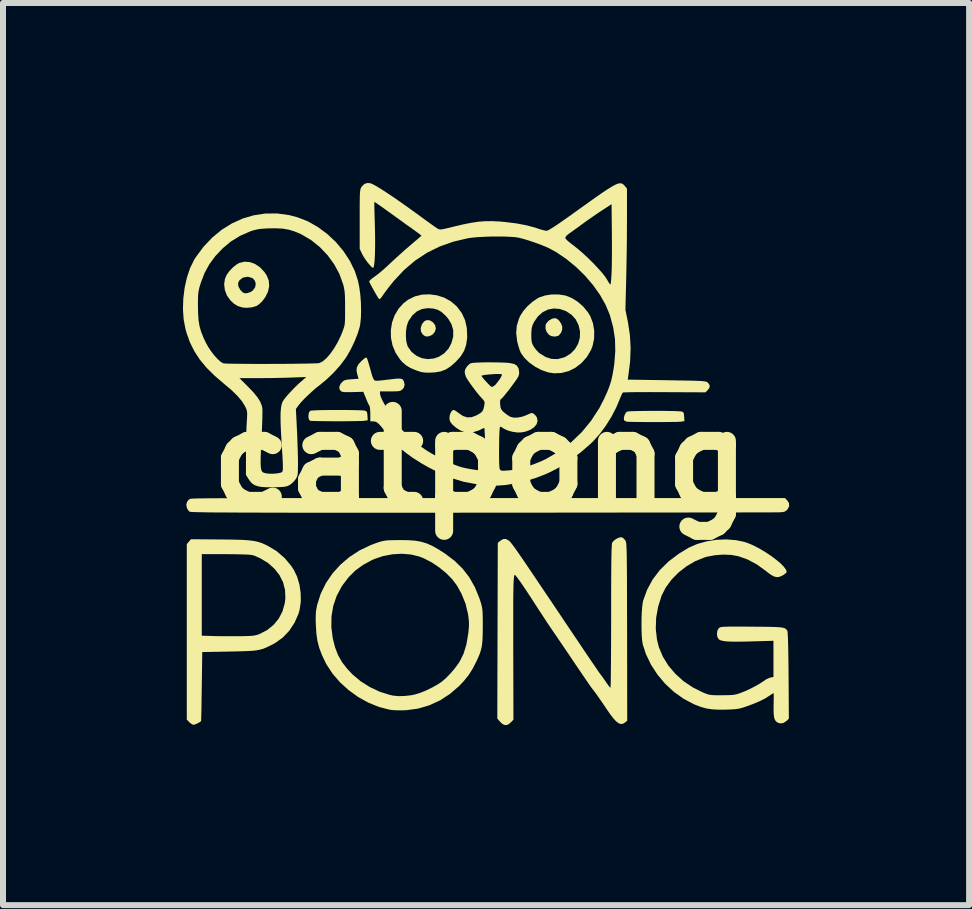
<source format=kicad_pcb>
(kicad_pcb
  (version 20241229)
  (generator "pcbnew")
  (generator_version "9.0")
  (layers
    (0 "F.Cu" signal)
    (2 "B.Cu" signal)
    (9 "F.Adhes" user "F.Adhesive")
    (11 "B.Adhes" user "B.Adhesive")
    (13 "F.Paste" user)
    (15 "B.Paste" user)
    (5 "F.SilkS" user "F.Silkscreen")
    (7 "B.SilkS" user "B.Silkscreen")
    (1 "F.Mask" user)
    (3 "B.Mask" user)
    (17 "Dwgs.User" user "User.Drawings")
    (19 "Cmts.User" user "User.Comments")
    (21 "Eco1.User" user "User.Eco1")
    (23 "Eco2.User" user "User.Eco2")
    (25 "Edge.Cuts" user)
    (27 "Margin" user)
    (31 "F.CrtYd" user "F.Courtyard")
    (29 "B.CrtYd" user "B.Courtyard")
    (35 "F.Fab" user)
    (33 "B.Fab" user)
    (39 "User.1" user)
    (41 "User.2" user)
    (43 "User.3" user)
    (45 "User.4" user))
  (footprint "catpong"
    (layer "F.Cu")
    (at 4.962 4.622)
    (property "Reference" "catpong" (at 0 0 0) (layer "F.SilkS") (effects (font (size 1.5 1.5) (thickness 0.3))))
    (attr board_only exclude_from_pos_files exclude_from_bom)
    (fp_poly (pts (xy -0.843 -2.33) (xy -0.792 -2.297) (xy -0.756 -2.248) (xy -0.746 -2.194) (xy -0.761 -2.141) (xy -0.799 -2.096) (xy -0.823 -2.081) (xy -0.879 -2.061) (xy -0.925 -2.067) (xy -0.964 -2.095) (xy -0.994 -2.144) (xy -0.998 -2.204) (xy -0.978 -2.265) (xy -0.94 -2.315) (xy -0.894 -2.336)) (stroke (width 0) (type solid)) (fill yes) (layer "F.SilkS"))
    (fp_poly (pts (xy 1.277 -2.355) (xy 1.313 -2.322) (xy 1.344 -2.275) (xy 1.362 -2.225) (xy 1.36 -2.174) (xy 1.34 -2.122) (xy 1.307 -2.082) (xy 1.295 -2.074) (xy 1.24 -2.06) (xy 1.181 -2.068) (xy 1.142 -2.089) (xy 1.102 -2.137) (xy 1.082 -2.195) (xy 1.085 -2.254) (xy 1.094 -2.277) (xy 1.134 -2.325) (xy 1.189 -2.358) (xy 1.241 -2.368)) (stroke (width 0) (type solid)) (fill yes) (layer "F.SilkS"))
    (fp_poly (pts (xy -2.227 -0.836) (xy -2.134 -0.835) (xy -2.052 -0.833) (xy -1.987 -0.831) (xy -1.943 -0.828) (xy -1.927 -0.825) (xy -1.904 -0.815) (xy -1.892 -0.796) (xy -1.887 -0.759) (xy -1.886 -0.74) (xy -1.881 -0.666) (xy -1.937 -0.657) (xy -1.966 -0.654) (xy -2.018 -0.653) (xy -2.09 -0.651) (xy -2.176 -0.65) (xy -2.272 -0.649) (xy -2.374 -0.649) (xy -2.476 -0.649) (xy -2.574 -0.65) (xy -2.664 -0.651) (xy -2.74 -0.652) (xy -2.799 -0.654) (xy -2.835 -0.656) (xy -2.842 -0.657) (xy -2.86 -0.675) (xy -2.869 -0.711) (xy -2.869 -0.754) (xy -2.861 -0.794) (xy -2.843 -0.821) (xy -2.84 -0.823) (xy -2.818 -0.827) (xy -2.772 -0.83) (xy -2.705 -0.833) (xy -2.623 -0.835) (xy -2.529 -0.836) (xy -2.429 -0.837) (xy -2.326 -0.837)) (stroke (width 0) (type solid)) (fill yes) (layer "F.SilkS"))
    (fp_poly (pts (xy 3.053 -0.822) (xy 3.146 -0.82) (xy 3.227 -0.819) (xy 3.292 -0.816) (xy 3.337 -0.813) (xy 3.353 -0.811) (xy 3.376 -0.801) (xy 3.388 -0.781) (xy 3.393 -0.744) (xy 3.394 -0.726) (xy 3.399 -0.651) (xy 3.343 -0.642) (xy 3.314 -0.64) (xy 3.262 -0.638) (xy 3.189 -0.637) (xy 3.102 -0.636) (xy 3.005 -0.635) (xy 2.902 -0.635) (xy 2.798 -0.635) (xy 2.699 -0.636) (xy 2.609 -0.637) (xy 2.532 -0.638) (xy 2.473 -0.64) (xy 2.438 -0.642) (xy 2.432 -0.643) (xy 2.402 -0.657) (xy 2.391 -0.672) (xy 2.389 -0.708) (xy 2.402 -0.753) (xy 2.423 -0.792) (xy 2.442 -0.809) (xy 2.463 -0.813) (xy 2.509 -0.816) (xy 2.575 -0.818) (xy 2.658 -0.82) (xy 2.751 -0.821) (xy 2.851 -0.822) (xy 2.953 -0.822)) (stroke (width 0) (type solid)) (fill yes) (layer "F.SilkS"))
    (fp_poly (pts (xy -3.847 -3.303) (xy -3.76 -3.271) (xy -3.678 -3.216) (xy -3.605 -3.139) (xy -3.564 -3.077) (xy -3.531 -2.993) (xy -3.524 -2.902) (xy -3.544 -2.809) (xy -3.589 -2.717) (xy -3.641 -2.648) (xy -3.681 -2.61) (xy -3.722 -2.579) (xy -3.742 -2.568) (xy -3.814 -2.548) (xy -3.897 -2.54) (xy -3.973 -2.546) (xy -3.975 -2.547) (xy -4.046 -2.569) (xy -4.106 -2.604) (xy -4.165 -2.659) (xy -4.172 -2.666) (xy -4.229 -2.746) (xy -4.263 -2.837) (xy -4.275 -2.931) (xy -4.272 -2.951) (xy -4.043 -2.951) (xy -4.038 -2.897) (xy -4.005 -2.839) (xy -3.998 -2.83) (xy -3.966 -2.798) (xy -3.94 -2.784) (xy -3.908 -2.783) (xy -3.893 -2.784) (xy -3.831 -2.805) (xy -3.793 -2.833) (xy -3.759 -2.882) (xy -3.748 -2.936) (xy -3.76 -2.987) (xy -3.794 -3.028) (xy -3.81 -3.038) (xy -3.878 -3.058) (xy -3.945 -3.048) (xy -3.971 -3.037) (xy -4.02 -2.999) (xy -4.043 -2.951) (xy -4.272 -2.951) (xy -4.262 -3.022) (xy -4.233 -3.09) (xy -4.185 -3.156) (xy -4.126 -3.217) (xy -4.063 -3.266) (xy -4.021 -3.289) (xy -3.935 -3.309)) (stroke (width 0) (type solid)) (fill yes) (layer "F.SilkS"))
    (fp_poly (pts (xy -0.726 -2.748) (xy -0.605 -2.709) (xy -0.495 -2.648) (xy -0.4 -2.567) (xy -0.392 -2.558) (xy -0.312 -2.451) (xy -0.258 -2.333) (xy -0.229 -2.203) (xy -0.223 -2.057) (xy -0.223 -2.046) (xy -0.239 -1.929) (xy -0.273 -1.826) (xy -0.33 -1.732) (xy -0.414 -1.639) (xy -0.418 -1.635) (xy -0.503 -1.561) (xy -0.584 -1.51) (xy -0.668 -1.479) (xy -0.765 -1.463) (xy -0.824 -1.46) (xy -0.896 -1.459) (xy -0.951 -1.463) (xy -1.001 -1.473) (xy -1.057 -1.491) (xy -1.076 -1.498) (xy -1.17 -1.538) (xy -1.244 -1.583) (xy -1.309 -1.64) (xy -1.344 -1.681) (xy -1.418 -1.793) (xy -1.468 -1.914) (xy -1.494 -2.041) (xy -1.494 -2.063) (xy -1.245 -2.063) (xy -1.238 -1.98) (xy -1.22 -1.911) (xy -1.211 -1.89) (xy -1.15 -1.805) (xy -1.071 -1.742) (xy -0.981 -1.701) (xy -0.882 -1.685) (xy -0.78 -1.695) (xy -0.695 -1.724) (xy -0.606 -1.781) (xy -0.534 -1.86) (xy -0.486 -1.951) (xy -0.456 -2.062) (xy -0.456 -2.168) (xy -0.485 -2.268) (xy -0.542 -2.362) (xy -0.587 -2.413) (xy -0.652 -2.472) (xy -0.716 -2.508) (xy -0.789 -2.528) (xy -0.881 -2.534) (xy -0.882 -2.534) (xy -0.977 -2.52) (xy -1.063 -2.48) (xy -1.137 -2.414) (xy -1.197 -2.326) (xy -1.209 -2.302) (xy -1.231 -2.233) (xy -1.243 -2.151) (xy -1.245 -2.063) (xy -1.494 -2.063) (xy -1.496 -2.169) (xy -1.476 -2.295) (xy -1.433 -2.414) (xy -1.369 -2.523) (xy -1.283 -2.618) (xy -1.207 -2.676) (xy -1.097 -2.73) (xy -0.976 -2.76) (xy -0.851 -2.765)) (stroke (width 0) (type solid)) (fill yes) (layer "F.SilkS"))
    (fp_poly (pts (xy 1.411 -2.746) (xy 1.421 -2.743) (xy 1.522 -2.703) (xy 1.622 -2.639) (xy 1.714 -2.558) (xy 1.79 -2.466) (xy 1.829 -2.402) (xy 1.874 -2.283) (xy 1.895 -2.157) (xy 1.893 -2.028) (xy 1.868 -1.906) (xy 1.841 -1.836) (xy 1.771 -1.719) (xy 1.683 -1.62) (xy 1.581 -1.541) (xy 1.469 -1.485) (xy 1.35 -1.454) (xy 1.228 -1.448) (xy 1.129 -1.463) (xy 1.016 -1.502) (xy 0.908 -1.559) (xy 0.811 -1.628) (xy 0.73 -1.707) (xy 0.671 -1.79) (xy 0.668 -1.797) (xy 0.649 -1.844) (xy 0.629 -1.909) (xy 0.611 -1.977) (xy 0.609 -1.991) (xy 0.598 -2.088) (xy 0.846 -2.088) (xy 0.847 -2.023) (xy 0.852 -1.977) (xy 0.862 -1.941) (xy 0.881 -1.904) (xy 0.887 -1.893) (xy 0.924 -1.842) (xy 0.97 -1.794) (xy 0.99 -1.778) (xy 1.089 -1.718) (xy 1.186 -1.688) (xy 1.284 -1.685) (xy 1.385 -1.711) (xy 1.41 -1.721) (xy 1.502 -1.777) (xy 1.575 -1.852) (xy 1.627 -1.942) (xy 1.655 -2.041) (xy 1.658 -2.146) (xy 1.634 -2.251) (xy 1.633 -2.253) (xy 1.585 -2.349) (xy 1.518 -2.423) (xy 1.429 -2.482) (xy 1.424 -2.485) (xy 1.321 -2.521) (xy 1.22 -2.529) (xy 1.123 -2.511) (xy 1.034 -2.466) (xy 0.956 -2.397) (xy 0.892 -2.305) (xy 0.882 -2.286) (xy 0.863 -2.241) (xy 0.852 -2.196) (xy 0.847 -2.14) (xy 0.846 -2.088) (xy 0.598 -2.088) (xy 0.594 -2.121) (xy 0.604 -2.241) (xy 0.64 -2.359) (xy 0.661 -2.406) (xy 0.713 -2.487) (xy 0.784 -2.569) (xy 0.867 -2.642) (xy 0.953 -2.7) (xy 0.98 -2.714) (xy 1.076 -2.746) (xy 1.186 -2.763) (xy 1.301 -2.763)) (stroke (width 0) (type solid)) (fill yes) (layer "F.SilkS"))
    (fp_poly (pts (xy -0.932 0.632) (xy -0.532 0.632) (xy -0.104 0.632) (xy 0.35 0.632) (xy 0.833 0.632) (xy 0.938 0.632) (xy 5.075 0.632) (xy 5.112 0.669) (xy 5.142 0.717) (xy 5.145 0.768) (xy 5.119 0.818) (xy 5.109 0.829) (xy 5.086 0.849) (xy 5.062 0.86) (xy 5.028 0.867) (xy 4.975 0.869) (xy 4.951 0.87) (xy 4.927 0.87) (xy 4.875 0.87) (xy 4.795 0.871) (xy 4.69 0.871) (xy 4.56 0.871) (xy 4.405 0.871) (xy 4.229 0.872) (xy 4.03 0.872) (xy 3.811 0.872) (xy 3.573 0.872) (xy 3.317 0.873) (xy 3.044 0.873) (xy 2.754 0.873) (xy 2.45 0.873) (xy 2.133 0.874) (xy 1.802 0.874) (xy 1.46 0.874) (xy 1.108 0.875) (xy 0.747 0.875) (xy 0.377 0.875) (xy 0.004 0.875) (xy -0.454 0.876) (xy -0.884 0.876) (xy -1.286 0.876) (xy -1.661 0.876) (xy -2.01 0.876) (xy -2.334 0.876) (xy -2.634 0.876) (xy -2.91 0.876) (xy -3.164 0.876) (xy -3.396 0.875) (xy -3.607 0.875) (xy -3.798 0.874) (xy -3.97 0.874) (xy -4.124 0.873) (xy -4.26 0.872) (xy -4.379 0.872) (xy -4.483 0.871) (xy -4.572 0.87) (xy -4.647 0.868) (xy -4.709 0.867) (xy -4.758 0.866) (xy -4.796 0.864) (xy -4.824 0.863) (xy -4.842 0.861) (xy -4.85 0.859) (xy -4.851 0.859) (xy -4.877 0.832) (xy -4.897 0.795) (xy -4.906 0.743) (xy -4.893 0.694) (xy -4.863 0.657) (xy -4.844 0.646) (xy -4.84 0.645) (xy -4.835 0.644) (xy -4.827 0.643) (xy -4.815 0.642) (xy -4.8 0.641) (xy -4.779 0.64) (xy -4.753 0.639) (xy -4.72 0.638) (xy -4.679 0.637) (xy -4.63 0.637) (xy -4.571 0.636) (xy -4.502 0.635) (xy -4.422 0.635) (xy -4.331 0.634) (xy -4.226 0.634) (xy -4.108 0.634) (xy -3.975 0.633) (xy -3.827 0.633) (xy -3.662 0.633) (xy -3.48 0.632) (xy -3.281 0.632) (xy -3.062 0.632) (xy -2.824 0.632) (xy -2.565 0.632) (xy -2.285 0.632) (xy -1.982 0.632) (xy -1.657 0.632) (xy -1.307 0.632)) (stroke (width 0) (type solid)) (fill yes) (layer "F.SilkS"))
    (fp_poly (pts (xy -4.352 1.322) (xy -4.199 1.323) (xy -4.072 1.326) (xy -3.967 1.329) (xy -3.88 1.335) (xy -3.808 1.343) (xy -3.747 1.353) (xy -3.693 1.367) (xy -3.643 1.384) (xy -3.593 1.406) (xy -3.552 1.426) (xy -3.4 1.517) (xy -3.267 1.631) (xy -3.155 1.765) (xy -3.112 1.831) (xy -3.057 1.946) (xy -3.019 2.078) (xy -2.999 2.218) (xy -2.997 2.358) (xy -3.016 2.49) (xy -3.034 2.557) (xy -3.101 2.709) (xy -3.189 2.843) (xy -3.296 2.956) (xy -3.421 3.046) (xy -3.464 3.07) (xy -3.523 3.099) (xy -3.574 3.124) (xy -3.621 3.143) (xy -3.669 3.157) (xy -3.721 3.168) (xy -3.782 3.176) (xy -3.856 3.181) (xy -3.947 3.185) (xy -4.059 3.188) (xy -4.192 3.191) (xy -4.64 3.199) (xy -4.648 3.772) (xy -4.65 3.899) (xy -4.652 4.017) (xy -4.653 4.121) (xy -4.655 4.21) (xy -4.657 4.28) (xy -4.658 4.327) (xy -4.659 4.349) (xy -4.659 4.35) (xy -4.681 4.367) (xy -4.718 4.387) (xy -4.756 4.404) (xy -4.784 4.412) (xy -4.785 4.412) (xy -4.812 4.402) (xy -4.846 4.378) (xy -4.855 4.369) (xy -4.898 4.326) (xy -4.898 2.863) (xy -4.898 1.566) (xy -4.648 1.566) (xy -4.648 2.246) (xy -4.648 2.926) (xy -4.497 2.931) (xy -4.432 2.933) (xy -4.346 2.934) (xy -4.247 2.935) (xy -4.143 2.935) (xy -4.059 2.935) (xy -3.958 2.934) (xy -3.882 2.932) (xy -3.824 2.929) (xy -3.78 2.925) (xy -3.745 2.918) (xy -3.714 2.909) (xy -3.687 2.899) (xy -3.56 2.834) (xy -3.453 2.748) (xy -3.366 2.643) (xy -3.303 2.522) (xy -3.265 2.388) (xy -3.254 2.299) (xy -3.26 2.164) (xy -3.293 2.035) (xy -3.353 1.916) (xy -3.437 1.809) (xy -3.544 1.714) (xy -3.672 1.636) (xy -3.771 1.592) (xy -3.795 1.585) (xy -3.827 1.579) (xy -3.87 1.575) (xy -3.929 1.572) (xy -4.006 1.57) (xy -4.106 1.568) (xy -4.231 1.567) (xy -4.239 1.567) (xy -4.648 1.566) (xy -4.898 1.566) (xy -4.898 1.399) (xy -4.863 1.358) (xy -4.828 1.318)) (stroke (width 0) (type solid)) (fill yes) (layer "F.SilkS"))
    (fp_poly (pts (xy -1.209 1.334) (xy -1.094 1.342) (xy -0.993 1.359) (xy -0.9 1.387) (xy -0.807 1.428) (xy -0.707 1.484) (xy -0.592 1.558) (xy -0.589 1.56) (xy -0.433 1.678) (xy -0.3 1.808) (xy -0.188 1.953) (xy -0.095 2.117) (xy -0.019 2.303) (xy 0.002 2.368) (xy 0.014 2.409) (xy 0.023 2.448) (xy 0.03 2.49) (xy 0.034 2.54) (xy 0.036 2.604) (xy 0.037 2.688) (xy 0.037 2.765) (xy 0.036 2.883) (xy 0.033 2.978) (xy 0.027 3.056) (xy 0.017 3.122) (xy 0.001 3.183) (xy -0.02 3.244) (xy -0.05 3.313) (xy -0.066 3.348) (xy -0.131 3.475) (xy -0.199 3.583) (xy -0.278 3.681) (xy -0.355 3.763) (xy -0.51 3.897) (xy -0.678 4.006) (xy -0.856 4.087) (xy -1.042 4.142) (xy -1.237 4.168) (xy -1.272 4.17) (xy -1.348 4.171) (xy -1.422 4.169) (xy -1.484 4.165) (xy -1.512 4.161) (xy -1.692 4.115) (xy -1.87 4.043) (xy -2.04 3.949) (xy -2.199 3.834) (xy -2.343 3.704) (xy -2.468 3.559) (xy -2.569 3.404) (xy -2.585 3.374) (xy -2.646 3.245) (xy -2.69 3.128) (xy -2.72 3.012) (xy -2.738 2.887) (xy -2.744 2.782) (xy -2.488 2.782) (xy -2.465 2.965) (xy -2.464 2.971) (xy -2.426 3.12) (xy -2.376 3.25) (xy -2.31 3.367) (xy -2.223 3.479) (xy -2.133 3.574) (xy -1.998 3.687) (xy -1.844 3.784) (xy -1.68 3.861) (xy -1.511 3.914) (xy -1.452 3.926) (xy -1.364 3.934) (xy -1.261 3.931) (xy -1.155 3.919) (xy -1.082 3.903) (xy -1 3.877) (xy -0.905 3.838) (xy -0.807 3.79) (xy -0.717 3.74) (xy -0.647 3.694) (xy -0.577 3.633) (xy -0.501 3.555) (xy -0.428 3.469) (xy -0.365 3.383) (xy -0.346 3.353) (xy -0.283 3.226) (xy -0.237 3.075) (xy -0.207 2.901) (xy -0.204 2.88) (xy -0.196 2.799) (xy -0.193 2.735) (xy -0.195 2.678) (xy -0.202 2.616) (xy -0.211 2.557) (xy -0.251 2.391) (xy -0.318 2.227) (xy -0.395 2.088) (xy -0.472 1.986) (xy -0.572 1.884) (xy -0.688 1.789) (xy -0.813 1.705) (xy -0.942 1.638) (xy -1.02 1.607) (xy -1.159 1.573) (xy -1.31 1.56) (xy -1.467 1.569) (xy -1.623 1.598) (xy -1.772 1.648) (xy -1.816 1.668) (xy -1.962 1.748) (xy -2.087 1.839) (xy -2.197 1.948) (xy -2.298 2.08) (xy -2.32 2.114) (xy -2.4 2.265) (xy -2.456 2.429) (xy -2.485 2.602) (xy -2.488 2.782) (xy -2.744 2.782) (xy -2.746 2.75) (xy -2.749 2.659) (xy -2.748 2.588) (xy -2.745 2.53) (xy -2.737 2.477) (xy -2.726 2.42) (xy -2.723 2.408) (xy -2.664 2.224) (xy -2.579 2.051) (xy -2.47 1.89) (xy -2.338 1.744) (xy -2.187 1.615) (xy -2.017 1.504) (xy -1.83 1.415) (xy -1.721 1.374) (xy -1.672 1.359) (xy -1.63 1.348) (xy -1.587 1.341) (xy -1.538 1.336) (xy -1.475 1.334) (xy -1.392 1.333) (xy -1.346 1.332)) (stroke (width 0) (type solid)) (fill yes) (layer "F.SilkS"))
    (fp_poly (pts (xy 2.359 1.286) (xy 2.391 1.31) (xy 2.414 1.34) (xy 2.419 1.347) (xy 2.422 1.357) (xy 2.426 1.372) (xy 2.429 1.393) (xy 2.431 1.423) (xy 2.433 1.463) (xy 2.435 1.514) (xy 2.437 1.579) (xy 2.438 1.659) (xy 2.439 1.756) (xy 2.44 1.871) (xy 2.441 2.007) (xy 2.441 2.165) (xy 2.442 2.347) (xy 2.442 2.554) (xy 2.443 2.788) (xy 2.443 2.86) (xy 2.445 4.344) (xy 2.412 4.371) (xy 2.377 4.393) (xy 2.342 4.399) (xy 2.305 4.388) (xy 2.264 4.358) (xy 2.216 4.307) (xy 2.16 4.234) (xy 2.092 4.136) (xy 2.085 4.125) (xy 2.034 4.049) (xy 1.984 3.977) (xy 1.94 3.914) (xy 1.905 3.866) (xy 1.887 3.843) (xy 1.873 3.825) (xy 1.857 3.804) (xy 1.839 3.779) (xy 1.815 3.746) (xy 1.786 3.703) (xy 1.749 3.649) (xy 1.702 3.58) (xy 1.644 3.495) (xy 1.573 3.39) (xy 1.488 3.264) (xy 1.464 3.228) (xy 1.404 3.14) (xy 1.341 3.047) (xy 1.28 2.957) (xy 1.226 2.878) (xy 1.195 2.833) (xy 1.152 2.769) (xy 1.097 2.688) (xy 1.037 2.595) (xy 0.974 2.5) (xy 0.915 2.408) (xy 0.914 2.407) (xy 0.838 2.289) (xy 0.768 2.183) (xy 0.707 2.092) (xy 0.655 2.017) (xy 0.614 1.961) (xy 0.586 1.925) (xy 0.572 1.912) (xy 0.572 1.912) (xy 0.566 1.915) (xy 0.562 1.925) (xy 0.558 1.943) (xy 0.555 1.972) (xy 0.552 2.013) (xy 0.549 2.069) (xy 0.548 2.14) (xy 0.546 2.228) (xy 0.545 2.337) (xy 0.545 2.466) (xy 0.545 2.618) (xy 0.545 2.794) (xy 0.545 2.997) (xy 0.545 3.158) (xy 0.548 4.326) (xy 0.508 4.368) (xy 0.464 4.405) (xy 0.424 4.418) (xy 0.388 4.411) (xy 0.359 4.393) (xy 0.326 4.362) (xy 0.318 4.353) (xy 0.279 4.307) (xy 0.283 2.843) (xy 0.287 1.38) (xy 0.328 1.344) (xy 0.377 1.315) (xy 0.424 1.314) (xy 0.473 1.342) (xy 0.473 1.342) (xy 0.483 1.351) (xy 0.494 1.363) (xy 0.507 1.378) (xy 0.524 1.399) (xy 0.545 1.427) (xy 0.572 1.463) (xy 0.604 1.509) (xy 0.643 1.565) (xy 0.69 1.633) (xy 0.746 1.715) (xy 0.811 1.811) (xy 0.887 1.923) (xy 0.974 2.053) (xy 1.074 2.201) (xy 1.187 2.369) (xy 1.314 2.558) (xy 1.456 2.77) (xy 1.522 2.868) (xy 1.607 2.994) (xy 1.688 3.115) (xy 1.763 3.227) (xy 1.832 3.328) (xy 1.892 3.416) (xy 1.941 3.488) (xy 1.978 3.542) (xy 2.002 3.574) (xy 2.007 3.581) (xy 2.042 3.628) (xy 2.081 3.684) (xy 2.104 3.717) (xy 2.132 3.757) (xy 2.154 3.785) (xy 2.166 3.795) (xy 2.167 3.78) (xy 2.169 3.739) (xy 2.171 3.672) (xy 2.172 3.583) (xy 2.173 3.472) (xy 2.174 3.344) (xy 2.175 3.199) (xy 2.176 3.04) (xy 2.176 2.869) (xy 2.177 2.689) (xy 2.177 2.604) (xy 2.177 2.366) (xy 2.177 2.157) (xy 2.178 1.975) (xy 2.179 1.819) (xy 2.18 1.689) (xy 2.182 1.583) (xy 2.184 1.499) (xy 2.187 1.438) (xy 2.19 1.398) (xy 2.193 1.378) (xy 2.193 1.377) (xy 2.216 1.348) (xy 2.254 1.318) (xy 2.274 1.306) (xy 2.323 1.286)) (stroke (width 0) (type solid)) (fill yes) (layer "F.SilkS"))
    (fp_poly (pts (xy 4.261 1.334) (xy 4.395 1.362) (xy 4.479 1.391) (xy 4.57 1.432) (xy 4.664 1.482) (xy 4.758 1.539) (xy 4.848 1.599) (xy 4.93 1.661) (xy 5.001 1.72) (xy 5.055 1.776) (xy 5.091 1.824) (xy 5.104 1.863) (xy 5.092 1.88) (xy 5.062 1.905) (xy 5.038 1.92) (xy 4.989 1.943) (xy 4.943 1.951) (xy 4.895 1.94) (xy 4.841 1.911) (xy 4.774 1.861) (xy 4.753 1.844) (xy 4.606 1.738) (xy 4.45 1.655) (xy 4.301 1.602) (xy 4.183 1.58) (xy 4.05 1.574) (xy 3.912 1.584) (xy 3.781 1.608) (xy 3.728 1.623) (xy 3.575 1.686) (xy 3.431 1.771) (xy 3.299 1.874) (xy 3.184 1.991) (xy 3.089 2.12) (xy 3.02 2.255) (xy 3.018 2.26) (xy 2.96 2.444) (xy 2.927 2.629) (xy 2.921 2.813) (xy 2.941 2.991) (xy 2.973 3.118) (xy 3.039 3.276) (xy 3.131 3.425) (xy 3.247 3.561) (xy 3.383 3.684) (xy 3.538 3.788) (xy 3.699 3.869) (xy 3.747 3.889) (xy 3.786 3.903) (xy 3.822 3.912) (xy 3.865 3.917) (xy 3.92 3.919) (xy 3.994 3.919) (xy 4.023 3.919) (xy 4.11 3.918) (xy 4.176 3.916) (xy 4.226 3.911) (xy 4.269 3.902) (xy 4.312 3.889) (xy 4.324 3.885) (xy 4.413 3.85) (xy 4.507 3.806) (xy 4.597 3.759) (xy 4.675 3.713) (xy 4.717 3.684) (xy 4.764 3.653) (xy 4.811 3.631) (xy 4.833 3.624) (xy 4.883 3.615) (xy 4.883 3.313) (xy 4.883 3.011) (xy 4.533 3.021) (xy 4.387 3.025) (xy 4.267 3.026) (xy 4.171 3.025) (xy 4.096 3.021) (xy 4.041 3.013) (xy 4.001 3.003) (xy 3.975 2.989) (xy 3.969 2.983) (xy 3.947 2.944) (xy 3.941 2.892) (xy 3.949 2.84) (xy 3.972 2.801) (xy 3.973 2.8) (xy 3.982 2.793) (xy 3.995 2.787) (xy 4.013 2.782) (xy 4.041 2.779) (xy 4.081 2.777) (xy 4.136 2.775) (xy 4.209 2.775) (xy 4.303 2.775) (xy 4.422 2.775) (xy 4.519 2.776) (xy 4.662 2.777) (xy 4.779 2.778) (xy 4.872 2.78) (xy 4.944 2.783) (xy 4.999 2.787) (xy 5.039 2.793) (xy 5.068 2.801) (xy 5.088 2.812) (xy 5.101 2.825) (xy 5.112 2.842) (xy 5.116 2.85) (xy 5.119 2.869) (xy 5.122 2.916) (xy 5.125 2.986) (xy 5.128 3.077) (xy 5.13 3.187) (xy 5.132 3.313) (xy 5.134 3.451) (xy 5.135 3.592) (xy 5.14 4.309) (xy 5.104 4.345) (xy 5.051 4.381) (xy 4.997 4.389) (xy 4.955 4.376) (xy 4.927 4.356) (xy 4.907 4.328) (xy 4.894 4.288) (xy 4.887 4.231) (xy 4.885 4.152) (xy 4.886 4.076) (xy 4.887 4.005) (xy 4.888 3.945) (xy 4.887 3.903) (xy 4.886 3.883) (xy 4.886 3.883) (xy 4.872 3.89) (xy 4.842 3.91) (xy 4.819 3.925) (xy 4.743 3.973) (xy 4.656 4.017) (xy 4.553 4.061) (xy 4.456 4.097) (xy 4.392 4.119) (xy 4.34 4.135) (xy 4.292 4.145) (xy 4.239 4.152) (xy 4.173 4.156) (xy 4.093 4.159) (xy 3.966 4.16) (xy 3.859 4.154) (xy 3.763 4.139) (xy 3.671 4.113) (xy 3.574 4.076) (xy 3.556 4.068) (xy 3.385 3.978) (xy 3.225 3.864) (xy 3.079 3.729) (xy 2.951 3.577) (xy 2.843 3.412) (xy 2.758 3.236) (xy 2.705 3.074) (xy 2.695 3.017) (xy 2.688 2.938) (xy 2.684 2.843) (xy 2.683 2.74) (xy 2.684 2.634) (xy 2.688 2.533) (xy 2.695 2.444) (xy 2.704 2.373) (xy 2.711 2.341) (xy 2.777 2.159) (xy 2.869 1.989) (xy 2.988 1.833) (xy 3.133 1.69) (xy 3.305 1.56) (xy 3.471 1.459) (xy 3.61 1.398) (xy 3.765 1.354) (xy 3.931 1.328) (xy 4.098 1.321)) (stroke (width 0) (type solid)) (fill yes) (layer "F.SilkS"))
    (fp_poly (pts (xy -3.192 -4.086) (xy -3.052 -4.049) (xy -2.878 -3.981) (xy -2.711 -3.886) (xy -2.555 -3.77) (xy -2.412 -3.636) (xy -2.286 -3.486) (xy -2.18 -3.324) (xy -2.097 -3.154) (xy -2.045 -2.996) (xy -2.022 -2.885) (xy -2.005 -2.761) (xy -1.995 -2.63) (xy -1.992 -2.5) (xy -1.995 -2.379) (xy -2.005 -2.274) (xy -2.017 -2.213) (xy -2.052 -2.101) (xy -2.102 -1.977) (xy -2.162 -1.852) (xy -2.227 -1.738) (xy -2.252 -1.698) (xy -2.342 -1.579) (xy -2.45 -1.458) (xy -2.57 -1.344) (xy -2.684 -1.25) (xy -2.743 -1.204) (xy -2.808 -1.147) (xy -2.876 -1.084) (xy -2.94 -1.022) (xy -2.993 -0.965) (xy -3.031 -0.92) (xy -3.037 -0.912) (xy -3.079 -0.852) (xy -3.061 -0.503) (xy -3.056 -0.389) (xy -3.052 -0.271) (xy -3.048 -0.155) (xy -3.045 -0.051) (xy -3.044 0.033) (xy -3.044 0.052) (xy -3.045 0.135) (xy -3.046 0.194) (xy -3.049 0.235) (xy -3.056 0.265) (xy -3.066 0.289) (xy -3.08 0.314) (xy -3.084 0.319) (xy -3.122 0.365) (xy -3.169 0.405) (xy -3.183 0.414) (xy -3.211 0.428) (xy -3.24 0.438) (xy -3.277 0.444) (xy -3.328 0.448) (xy -3.399 0.451) (xy -3.442 0.452) (xy -3.557 0.452) (xy -3.645 0.447) (xy -3.706 0.437) (xy -3.709 0.436) (xy -3.764 0.417) (xy -3.804 0.393) (xy -3.839 0.356) (xy -3.871 0.31) (xy -3.912 0.244) (xy -3.911 -0.102) (xy -3.91 -0.214) (xy -3.908 -0.329) (xy -3.906 -0.438) (xy -3.903 -0.536) (xy -3.899 -0.614) (xy -3.898 -0.632) (xy -3.893 -0.709) (xy -3.891 -0.764) (xy -3.893 -0.803) (xy -3.899 -0.834) (xy -3.909 -0.863) (xy -3.925 -0.896) (xy -3.976 -0.98) (xy -4.053 -1.071) (xy -4.156 -1.172) (xy -4.273 -1.27) (xy -4.387 -1.368) (xy -4.02 -1.368) (xy -3.876 -1.224) (xy -3.787 -1.131) (xy -3.721 -1.05) (xy -3.675 -0.978) (xy -3.648 -0.911) (xy -3.639 -0.871) (xy -3.637 -0.84) (xy -3.637 -0.784) (xy -3.638 -0.708) (xy -3.641 -0.616) (xy -3.645 -0.513) (xy -3.649 -0.408) (xy -3.657 -0.259) (xy -3.663 -0.136) (xy -3.666 -0.038) (xy -3.667 0.04) (xy -3.665 0.099) (xy -3.66 0.142) (xy -3.652 0.173) (xy -3.639 0.193) (xy -3.622 0.206) (xy -3.6 0.214) (xy -3.573 0.22) (xy -3.564 0.221) (xy -3.513 0.226) (xy -3.451 0.226) (xy -3.39 0.22) (xy -3.34 0.211) (xy -3.32 0.204) (xy -3.311 0.197) (xy -3.304 0.188) (xy -3.299 0.171) (xy -3.296 0.145) (xy -3.296 0.106) (xy -3.297 0.052) (xy -3.3 -0.021) (xy -3.306 -0.117) (xy -3.314 -0.236) (xy -3.318 -0.306) (xy -3.327 -0.465) (xy -3.333 -0.597) (xy -3.335 -0.706) (xy -3.334 -0.794) (xy -3.328 -0.864) (xy -3.319 -0.92) (xy -3.305 -0.963) (xy -3.298 -0.979) (xy -3.271 -1.02) (xy -3.227 -1.074) (xy -3.17 -1.137) (xy -3.105 -1.205) (xy -3.037 -1.271) (xy -2.978 -1.323) (xy -2.905 -1.387) (xy -3.162 -1.377) (xy -3.265 -1.374) (xy -3.386 -1.371) (xy -3.514 -1.369) (xy -3.639 -1.368) (xy -3.72 -1.368) (xy -4.02 -1.368) (xy -4.387 -1.368) (xy -4.434 -1.408) (xy -4.57 -1.543) (xy -4.682 -1.678) (xy -4.772 -1.817) (xy -4.845 -1.963) (xy -4.901 -2.12) (xy -4.919 -2.184) (xy -4.95 -2.345) (xy -4.962 -2.518) (xy -4.96 -2.575) (xy -4.712 -2.575) (xy -4.712 -2.566) (xy -4.709 -2.437) (xy -4.701 -2.328) (xy -4.685 -2.232) (xy -4.659 -2.142) (xy -4.622 -2.048) (xy -4.582 -1.963) (xy -4.541 -1.888) (xy -4.491 -1.814) (xy -4.438 -1.745) (xy -4.384 -1.686) (xy -4.335 -1.641) (xy -4.295 -1.617) (xy -4.283 -1.614) (xy -4.253 -1.611) (xy -4.198 -1.609) (xy -4.121 -1.608) (xy -4.025 -1.607) (xy -3.915 -1.606) (xy -3.793 -1.605) (xy -3.664 -1.605) (xy -3.53 -1.605) (xy -3.395 -1.606) (xy -3.262 -1.606) (xy -3.135 -1.607) (xy -3.017 -1.609) (xy -2.912 -1.61) (xy -2.823 -1.612) (xy -2.754 -1.614) (xy -2.707 -1.616) (xy -2.688 -1.619) (xy -2.632 -1.647) (xy -2.571 -1.699) (xy -2.507 -1.772) (xy -2.444 -1.861) (xy -2.384 -1.963) (xy -2.33 -2.074) (xy -2.305 -2.136) (xy -2.289 -2.179) (xy -2.277 -2.215) (xy -2.268 -2.249) (xy -2.263 -2.287) (xy -2.26 -2.335) (xy -2.259 -2.399) (xy -2.259 -2.483) (xy -2.259 -2.537) (xy -2.259 -2.64) (xy -2.261 -2.72) (xy -2.264 -2.783) (xy -2.27 -2.834) (xy -2.278 -2.879) (xy -2.289 -2.925) (xy -2.292 -2.934) (xy -2.353 -3.103) (xy -2.44 -3.265) (xy -2.549 -3.415) (xy -2.678 -3.551) (xy -2.823 -3.668) (xy -2.98 -3.761) (xy -2.991 -3.767) (xy -3.094 -3.811) (xy -3.194 -3.842) (xy -3.298 -3.86) (xy -3.415 -3.866) (xy -3.521 -3.865) (xy -3.608 -3.861) (xy -3.675 -3.855) (xy -3.73 -3.846) (xy -3.784 -3.833) (xy -3.839 -3.815) (xy -4.01 -3.74) (xy -4.167 -3.643) (xy -4.299 -3.532) (xy -4.423 -3.401) (xy -4.522 -3.266) (xy -4.601 -3.122) (xy -4.663 -2.959) (xy -4.672 -2.931) (xy -4.688 -2.879) (xy -4.698 -2.833) (xy -4.706 -2.787) (xy -4.71 -2.733) (xy -4.712 -2.665) (xy -4.712 -2.575) (xy -4.96 -2.575) (xy -4.956 -2.696) (xy -4.934 -2.873) (xy -4.896 -3.044) (xy -4.843 -3.202) (xy -4.775 -3.341) (xy -4.752 -3.378) (xy -4.621 -3.555) (xy -4.475 -3.71) (xy -4.316 -3.841) (xy -4.146 -3.947) (xy -3.967 -4.028) (xy -3.78 -4.083) (xy -3.587 -4.112) (xy -3.39 -4.113)) (stroke (width 0) (type solid)) (fill yes) (layer "F.SilkS"))
    (fp_poly (pts (xy -1.834 -4.616) (xy -1.796 -4.6) (xy -1.737 -4.568) (xy -1.66 -4.521) (xy -1.567 -4.461) (xy -1.46 -4.39) (xy -1.342 -4.308) (xy -1.215 -4.218) (xy -1.099 -4.135) (xy -1.01 -4.07) (xy -0.927 -4.009) (xy -0.853 -3.956) (xy -0.792 -3.912) (xy -0.747 -3.881) (xy -0.722 -3.864) (xy -0.721 -3.863) (xy -0.704 -3.854) (xy -0.687 -3.848) (xy -0.666 -3.846) (xy -0.636 -3.85) (xy -0.591 -3.859) (xy -0.527 -3.874) (xy -0.44 -3.895) (xy -0.438 -3.896) (xy -0.285 -3.932) (xy -0.152 -3.958) (xy -0.032 -3.976) (xy 0.082 -3.984) (xy 0.196 -3.985) (xy 0.319 -3.979) (xy 0.414 -3.97) (xy 0.601 -3.947) (xy 0.764 -3.916) (xy 0.907 -3.878) (xy 0.94 -3.867) (xy 1 -3.847) (xy 1.052 -3.833) (xy 1.089 -3.825) (xy 1.097 -3.824) (xy 1.111 -3.827) (xy 1.132 -3.835) (xy 1.161 -3.852) (xy 1.202 -3.877) (xy 1.255 -3.911) (xy 1.322 -3.957) (xy 1.405 -4.015) (xy 1.507 -4.087) (xy 1.628 -4.174) (xy 1.771 -4.276) (xy 1.789 -4.289) (xy 1.921 -4.383) (xy 2.032 -4.46) (xy 2.123 -4.52) (xy 2.196 -4.565) (xy 2.252 -4.595) (xy 2.292 -4.611) (xy 2.306 -4.614) (xy 2.346 -4.616) (xy 2.373 -4.604) (xy 2.402 -4.575) (xy 2.441 -4.528) (xy 2.441 -3.996) (xy 2.44 -3.844) (xy 2.439 -3.677) (xy 2.437 -3.502) (xy 2.434 -3.328) (xy 2.431 -3.164) (xy 2.428 -3.018) (xy 2.427 -2.986) (xy 2.415 -2.508) (xy 2.458 -2.296) (xy 2.49 -2.083) (xy 2.502 -1.868) (xy 2.493 -1.643) (xy 2.463 -1.403) (xy 2.453 -1.343) (xy 3.105 -1.333) (xy 3.261 -1.33) (xy 3.389 -1.328) (xy 3.494 -1.326) (xy 3.577 -1.324) (xy 3.642 -1.321) (xy 3.691 -1.319) (xy 3.726 -1.315) (xy 3.751 -1.311) (xy 3.768 -1.306) (xy 3.779 -1.301) (xy 3.788 -1.293) (xy 3.791 -1.291) (xy 3.819 -1.252) (xy 3.818 -1.212) (xy 3.789 -1.17) (xy 3.787 -1.168) (xy 3.75 -1.131) (xy 3.069 -1.134) (xy 2.93 -1.134) (xy 2.8 -1.135) (xy 2.681 -1.134) (xy 2.578 -1.134) (xy 2.492 -1.133) (xy 2.428 -1.131) (xy 2.387 -1.13) (xy 2.373 -1.128) (xy 2.36 -1.11) (xy 2.343 -1.073) (xy 2.324 -1.026) (xy 2.261 -0.876) (xy 2.181 -0.722) (xy 2.088 -0.574) (xy 1.987 -0.437) (xy 1.882 -0.32) (xy 1.834 -0.273) (xy 1.684 -0.143) (xy 1.545 -0.034) (xy 1.412 0.058) (xy 1.279 0.138) (xy 1.142 0.207) (xy 1.096 0.228) (xy 0.928 0.294) (xy 0.753 0.348) (xy 0.579 0.389) (xy 0.409 0.415) (xy 0.251 0.426) (xy 0.109 0.421) (xy 0.074 0.417) (xy 0.043 0.413) (xy -0.008 0.406) (xy -0.07 0.399) (xy -0.096 0.395) (xy -0.275 0.362) (xy -0.462 0.306) (xy -0.659 0.225) (xy -0.867 0.12) (xy -0.985 0.053) (xy -1.135 -0.042) (xy -1.263 -0.136) (xy -1.376 -0.235) (xy -1.482 -0.345) (xy -1.585 -0.471) (xy -1.64 -0.54) (xy -1.681 -0.588) (xy -1.714 -0.62) (xy -1.742 -0.638) (xy -1.769 -0.645) (xy -1.791 -0.647) (xy -1.838 -0.647) (xy -1.838 -0.769) (xy -1.84 -0.827) (xy -1.844 -0.874) (xy -1.85 -0.902) (xy -1.852 -0.905) (xy -1.864 -0.925) (xy -1.883 -0.964) (xy -1.905 -1.016) (xy -1.91 -1.03) (xy -1.955 -1.14) (xy -2.128 -1.135) (xy -2.21 -1.134) (xy -2.267 -1.135) (xy -2.304 -1.14) (xy -2.327 -1.149) (xy -2.329 -1.151) (xy -2.353 -1.185) (xy -2.354 -1.229) (xy -2.331 -1.276) (xy -2.313 -1.297) (xy -2.288 -1.32) (xy -2.261 -1.334) (xy -2.225 -1.342) (xy -2.17 -1.348) (xy -2.151 -1.349) (xy -2.034 -1.357) (xy -2.054 -1.425) (xy -2.068 -1.491) (xy -2.063 -1.546) (xy -2.036 -1.598) (xy -1.985 -1.654) (xy -1.984 -1.655) (xy -1.941 -1.692) (xy -1.915 -1.71) (xy -1.9 -1.709) (xy -1.897 -1.706) (xy -1.888 -1.684) (xy -1.874 -1.641) (xy -1.857 -1.584) (xy -1.846 -1.546) (xy -1.823 -1.462) (xy -1.805 -1.402) (xy -1.79 -1.363) (xy -1.777 -1.34) (xy -1.762 -1.328) (xy -1.744 -1.324) (xy -1.73 -1.324) (xy -1.697 -1.326) (xy -1.643 -1.331) (xy -1.576 -1.339) (xy -1.516 -1.346) (xy -1.431 -1.356) (xy -1.371 -1.361) (xy -1.33 -1.358) (xy -1.303 -1.349) (xy -1.287 -1.332) (xy -1.279 -1.314) (xy -1.266 -1.259) (xy -1.277 -1.214) (xy -1.301 -1.183) (xy -1.318 -1.168) (xy -1.337 -1.157) (xy -1.364 -1.151) (xy -1.404 -1.148) (xy -1.465 -1.147) (xy -1.507 -1.147) (xy -1.677 -1.147) (xy -1.677 -1.11) (xy -1.667 -1.065) (xy -1.641 -1.004) (xy -1.601 -0.931) (xy -1.55 -0.852) (xy -1.53 -0.824) (xy -1.488 -0.764) (xy -1.445 -0.701) (xy -1.411 -0.647) (xy -1.322 -0.52) (xy -1.209 -0.399) (xy -1.071 -0.281) (xy -0.905 -0.165) (xy -0.818 -0.112) (xy -0.719 -0.058) (xy -0.616 -0.005) (xy -0.515 0.042) (xy -0.422 0.081) (xy -0.345 0.109) (xy -0.319 0.117) (xy -0.245 0.134) (xy -0.167 0.149) (xy -0.091 0.161) (xy -0.022 0.169) (xy 0.032 0.173) (xy 0.065 0.171) (xy 0.068 0.171) (xy 0.075 0.165) (xy 0.081 0.152) (xy 0.084 0.129) (xy 0.086 0.092) (xy 0.086 0.037) (xy 0.084 -0.04) (xy 0.082 -0.14) (xy 0.08 -0.18) (xy 0.077 -0.278) (xy 0.074 -0.365) (xy 0.07 -0.439) (xy 0.067 -0.494) (xy 0.065 -0.526) (xy 0.064 -0.533) (xy 0.048 -0.534) (xy 0.024 -0.522) (xy -0.024 -0.498) (xy -0.089 -0.477) (xy -0.155 -0.461) (xy -0.207 -0.456) (xy -0.267 -0.467) (xy -0.337 -0.496) (xy -0.406 -0.539) (xy -0.462 -0.587) (xy -0.497 -0.627) (xy -0.514 -0.661) (xy -0.519 -0.701) (xy -0.519 -0.704) (xy -0.512 -0.755) (xy -0.494 -0.8) (xy -0.47 -0.83) (xy -0.45 -0.838) (xy -0.428 -0.829) (xy -0.393 -0.807) (xy -0.369 -0.788) (xy -0.294 -0.737) (xy -0.221 -0.713) (xy -0.147 -0.717) (xy -0.066 -0.748) (xy -0.059 -0.752) (xy -0.005 -0.783) (xy 0.028 -0.812) (xy 0.047 -0.849) (xy 0.059 -0.898) (xy 0.067 -0.944) (xy 0.065 -0.974) (xy 0.052 -0.998) (xy 0.025 -1.029) (xy -0.019 -1.077) (xy -0.068 -1.137) (xy -0.118 -1.203) (xy -0.166 -1.268) (xy -0.206 -1.326) (xy -0.234 -1.371) (xy -0.243 -1.388) (xy -0.249 -1.406) (xy 0.015 -1.406) (xy 0.025 -1.389) (xy 0.049 -1.359) (xy 0.082 -1.321) (xy 0.118 -1.282) (xy 0.152 -1.248) (xy 0.176 -1.226) (xy 0.185 -1.221) (xy 0.203 -1.227) (xy 0.221 -1.236) (xy 0.245 -1.255) (xy 0.274 -1.289) (xy 0.305 -1.33) (xy 0.333 -1.372) (xy 0.351 -1.407) (xy 0.357 -1.428) (xy 0.356 -1.43) (xy 0.336 -1.435) (xy 0.296 -1.437) (xy 0.242 -1.436) (xy 0.182 -1.432) (xy 0.122 -1.427) (xy 0.07 -1.421) (xy 0.032 -1.414) (xy 0.015 -1.407) (xy 0.015 -1.406) (xy -0.249 -1.406) (xy -0.257 -1.431) (xy -0.265 -1.468) (xy -0.265 -1.472) (xy -0.253 -1.52) (xy -0.222 -1.568) (xy -0.182 -1.605) (xy -0.159 -1.617) (xy -0.129 -1.622) (xy -0.075 -1.626) (xy -0.002 -1.629) (xy 0.082 -1.631) (xy 0.172 -1.631) (xy 0.263 -1.63) (xy 0.349 -1.628) (xy 0.424 -1.625) (xy 0.483 -1.62) (xy 0.489 -1.619) (xy 0.56 -1.604) (xy 0.606 -1.576) (xy 0.633 -1.531) (xy 0.642 -1.483) (xy 0.643 -1.437) (xy 0.631 -1.397) (xy 0.608 -1.358) (xy 0.566 -1.298) (xy 0.519 -1.234) (xy 0.471 -1.17) (xy 0.425 -1.113) (xy 0.386 -1.064) (xy 0.355 -1.031) (xy 0.338 -1.015) (xy 0.336 -1.015) (xy 0.327 -1.001) (xy 0.325 -0.96) (xy 0.327 -0.931) (xy 0.333 -0.88) (xy 0.346 -0.846) (xy 0.37 -0.816) (xy 0.391 -0.797) (xy 0.434 -0.763) (xy 0.477 -0.734) (xy 0.492 -0.725) (xy 0.547 -0.71) (xy 0.618 -0.71) (xy 0.695 -0.725) (xy 0.771 -0.753) (xy 0.777 -0.756) (xy 0.821 -0.777) (xy 0.849 -0.786) (xy 0.869 -0.783) (xy 0.888 -0.772) (xy 0.921 -0.74) (xy 0.941 -0.708) (xy 0.95 -0.651) (xy 0.933 -0.597) (xy 0.892 -0.548) (xy 0.831 -0.507) (xy 0.752 -0.477) (xy 0.682 -0.463) (xy 0.612 -0.462) (xy 0.533 -0.473) (xy 0.456 -0.494) (xy 0.394 -0.522) (xy 0.382 -0.53) (xy 0.35 -0.55) (xy 0.326 -0.559) (xy 0.325 -0.559) (xy 0.321 -0.545) (xy 0.317 -0.507) (xy 0.314 -0.449) (xy 0.311 -0.376) (xy 0.31 -0.293) (xy 0.309 -0.206) (xy 0.308 -0.118) (xy 0.309 -0.036) (xy 0.31 0.037) (xy 0.313 0.095) (xy 0.316 0.134) (xy 0.318 0.143) (xy 0.328 0.164) (xy 0.349 0.174) (xy 0.389 0.176) (xy 0.395 0.176) (xy 0.501 0.168) (xy 0.624 0.146) (xy 0.757 0.111) (xy 0.892 0.066) (xy 1.022 0.013) (xy 1.091 -0.02) (xy 1.309 -0.147) (xy 1.508 -0.296) (xy 1.686 -0.466) (xy 1.843 -0.657) (xy 1.98 -0.868) (xy 2.06 -1.024) (xy 2.111 -1.136) (xy 2.15 -1.236) (xy 2.18 -1.332) (xy 2.202 -1.433) (xy 2.222 -1.551) (xy 2.23 -1.61) (xy 2.246 -1.821) (xy 2.241 -2.02) (xy 2.211 -2.214) (xy 2.158 -2.41) (xy 2.154 -2.424) (xy 2.085 -2.589) (xy 1.991 -2.756) (xy 1.875 -2.919) (xy 1.741 -3.076) (xy 1.591 -3.222) (xy 1.43 -3.354) (xy 1.262 -3.468) (xy 1.15 -3.529) (xy 1.085 -3.559) (xy 1.001 -3.593) (xy 0.905 -3.628) (xy 0.807 -3.661) (xy 0.715 -3.689) (xy 0.643 -3.707) (xy 1.412 -3.707) (xy 1.424 -3.685) (xy 1.46 -3.65) (xy 1.517 -3.604) (xy 1.548 -3.581) (xy 1.622 -3.522) (xy 1.704 -3.452) (xy 1.789 -3.373) (xy 1.872 -3.291) (xy 1.95 -3.209) (xy 2.018 -3.133) (xy 2.071 -3.067) (xy 2.103 -3.019) (xy 2.13 -2.974) (xy 2.151 -2.941) (xy 2.164 -2.927) (xy 2.164 -2.927) (xy 2.169 -2.941) (xy 2.174 -2.978) (xy 2.179 -3.034) (xy 2.183 -3.102) (xy 2.183 -3.107) (xy 2.186 -3.167) (xy 2.188 -3.251) (xy 2.189 -3.354) (xy 2.19 -3.471) (xy 2.19 -3.595) (xy 2.189 -3.723) (xy 2.189 -3.777) (xy 2.184 -4.268) (xy 2.03 -4.168) (xy 1.953 -4.117) (xy 1.866 -4.057) (xy 1.778 -3.996) (xy 1.713 -3.949) (xy 1.647 -3.9) (xy 1.581 -3.853) (xy 1.525 -3.812) (xy 1.484 -3.784) (xy 1.482 -3.782) (xy 1.441 -3.75) (xy 1.416 -3.72) (xy 1.412 -3.707) (xy 0.643 -3.707) (xy 0.64 -3.708) (xy 0.579 -3.718) (xy 0.496 -3.724) (xy 0.395 -3.728) (xy 0.283 -3.729) (xy 0.167 -3.728) (xy 0.053 -3.724) (xy -0.054 -3.718) (xy -0.147 -3.709) (xy -0.206 -3.701) (xy -0.451 -3.644) (xy -0.68 -3.563) (xy -0.893 -3.458) (xy -1.091 -3.327) (xy -1.275 -3.171) (xy -1.446 -2.988) (xy -1.45 -2.983) (xy -1.502 -2.919) (xy -1.554 -2.852) (xy -1.599 -2.792) (xy -1.619 -2.763) (xy -1.651 -2.717) (xy -1.672 -2.692) (xy -1.685 -2.685) (xy -1.696 -2.692) (xy -1.702 -2.7) (xy -1.721 -2.729) (xy -1.747 -2.773) (xy -1.777 -2.826) (xy -1.807 -2.88) (xy -1.833 -2.929) (xy -1.851 -2.964) (xy -1.857 -2.979) (xy -1.847 -2.995) (xy -1.818 -3.022) (xy -1.776 -3.054) (xy -1.765 -3.061) (xy -1.719 -3.095) (xy -1.659 -3.144) (xy -1.592 -3.203) (xy -1.525 -3.264) (xy -1.508 -3.28) (xy -1.433 -3.35) (xy -1.346 -3.429) (xy -1.257 -3.509) (xy -1.175 -3.579) (xy -1.166 -3.587) (xy -1.105 -3.639) (xy -1.053 -3.683) (xy -1.013 -3.718) (xy -0.99 -3.739) (xy -0.985 -3.743) (xy -0.997 -3.753) (xy -1.028 -3.777) (xy -1.074 -3.811) (xy -1.132 -3.853) (xy -1.158 -3.872) (xy -1.232 -3.924) (xy -1.32 -3.988) (xy -1.415 -4.056) (xy -1.506 -4.122) (xy -1.55 -4.153) (xy -1.619 -4.203) (xy -1.68 -4.246) (xy -1.728 -4.279) (xy -1.759 -4.3) (xy -1.771 -4.306) (xy -1.771 -4.291) (xy -1.771 -4.25) (xy -1.77 -4.188) (xy -1.768 -4.107) (xy -1.765 -4.013) (xy -1.762 -3.908) (xy -1.762 -3.905) (xy -1.759 -3.764) (xy -1.758 -3.632) (xy -1.759 -3.512) (xy -1.762 -3.408) (xy -1.767 -3.322) (xy -1.774 -3.258) (xy -1.783 -3.218) (xy -1.789 -3.207) (xy -1.804 -3.211) (xy -1.83 -3.235) (xy -1.863 -3.272) (xy -1.9 -3.318) (xy -1.934 -3.368) (xy -1.963 -3.415) (xy -1.973 -3.434) (xy -2.015 -3.522) (xy -2.015 -4.017) (xy -2.015 -4.15) (xy -2.015 -4.258) (xy -2.014 -4.342) (xy -2.013 -4.407) (xy -2.011 -4.455) (xy -2.007 -4.49) (xy -2.003 -4.515) (xy -1.997 -4.533) (xy -1.99 -4.547) (xy -1.982 -4.56) (xy -1.937 -4.605) (xy -1.884 -4.622)) (stroke (width 0) (type solid)) (fill yes) (layer "F.SilkS")))
  (gr_rect
    (start -3 -3)
    (end 13.107 12.04)
    (stroke (width 0.1) (type default))
    (fill no)
    (layer "Edge.Cuts")))
</source>
